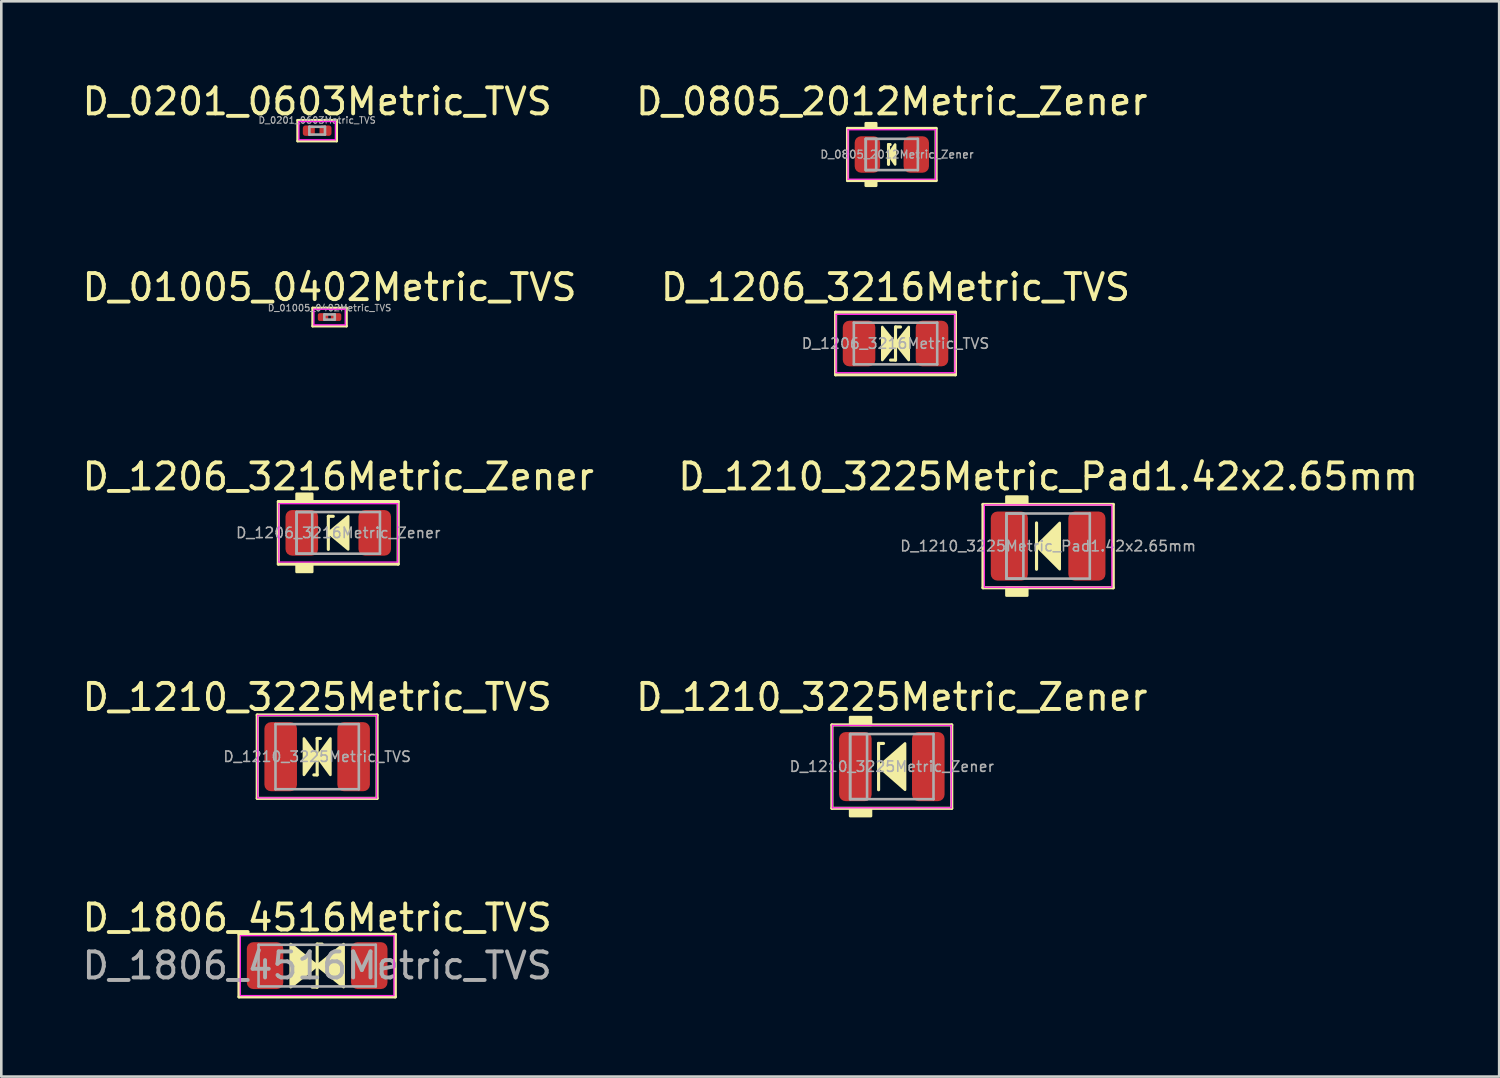
<source format=kicad_pcb>
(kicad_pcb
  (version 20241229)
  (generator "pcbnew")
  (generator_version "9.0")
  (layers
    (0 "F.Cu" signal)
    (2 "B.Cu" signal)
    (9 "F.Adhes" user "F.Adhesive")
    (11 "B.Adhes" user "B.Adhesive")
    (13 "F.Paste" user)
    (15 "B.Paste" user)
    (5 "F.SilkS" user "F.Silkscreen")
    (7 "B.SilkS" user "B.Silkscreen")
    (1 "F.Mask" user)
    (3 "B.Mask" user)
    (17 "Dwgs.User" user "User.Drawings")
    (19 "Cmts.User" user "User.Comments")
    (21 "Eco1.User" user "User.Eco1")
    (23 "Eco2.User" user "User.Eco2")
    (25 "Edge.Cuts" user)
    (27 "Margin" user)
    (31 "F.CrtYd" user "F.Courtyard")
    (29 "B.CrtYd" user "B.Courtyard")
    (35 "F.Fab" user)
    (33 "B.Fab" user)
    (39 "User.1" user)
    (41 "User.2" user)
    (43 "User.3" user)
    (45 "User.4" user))
  (footprint "D_0805_2012Metric_Zener"
    (layer "F.Cu")
    (at 31.185 2.88)
    (property "Reference" "D_0805_2012Metric_Zener" (at 0 -2.032 0) (layer "F.SilkS") (effects (font (size 1 1) (thickness 0.15))))
    (attr smd)
    (fp_line (start -1.7 -1) (end 1.7 -1) (stroke (width 0.12) (type solid)) (layer "F.SilkS"))
    (fp_line (start -1.7 -0.127) (end -1.7 -1) (stroke (width 0.12) (type solid)) (layer "F.SilkS"))
    (fp_line (start -1.7 1) (end -1.7 -0.127) (stroke (width 0.12) (type solid)) (layer "F.SilkS"))
    (fp_line (start -0.127 -0.381) (end -0.127 0.381) (stroke (width 0.12) (type solid)) (layer "F.SilkS"))
    (fp_line (start -0.127 -0.381) (end -0.064 -0.381) (stroke (width 0.12) (type solid)) (layer "F.SilkS"))
    (fp_line (start 1.7 -1) (end 1.7 1) (stroke (width 0.12) (type solid)) (layer "F.SilkS"))
    (fp_line (start 1.7 1) (end -1.7 1) (stroke (width 0.12) (type solid)) (layer "F.SilkS"))
    (fp_poly (pts (xy 0.127 0.381) (xy -0.127 0) (xy 0.127 -0.381)) (stroke (width 0.1) (type solid)) (fill yes) (layer "F.SilkS"))
    (fp_poly (pts (xy -0.6 -1) (xy -1 -1) (xy -1 -1.2) (xy -0.6 -1.2)) (stroke (width 0.1) (type solid)) (fill yes) (layer "F.SilkS"))
    (fp_poly (pts (xy -0.6 1.2) (xy -1 1.2) (xy -1 1) (xy -0.6 1)) (stroke (width 0.1) (type solid)) (fill yes) (layer "F.SilkS"))
    (fp_line (start -1.68 -0.95) (end 1.68 -0.95) (stroke (width 0.05) (type solid)) (layer "F.CrtYd"))
    (fp_line (start -1.68 0.95) (end -1.68 -0.95) (stroke (width 0.05) (type solid)) (layer "F.CrtYd"))
    (fp_line (start 1.68 -0.95) (end 1.68 0.95) (stroke (width 0.05) (type solid)) (layer "F.CrtYd"))
    (fp_line (start 1.68 0.95) (end -1.68 0.95) (stroke (width 0.05) (type solid)) (layer "F.CrtYd"))
    (fp_line (start -1 -0.6) (end -1 0.6) (stroke (width 0.1) (type solid)) (layer "F.Fab"))
    (fp_line (start -1 0.6) (end 1 0.6) (stroke (width 0.1) (type solid)) (layer "F.Fab"))
    (fp_line (start 1 -0.6) (end -1 -0.6) (stroke (width 0.1) (type solid)) (layer "F.Fab"))
    (fp_line (start 1 0.6) (end 1 -0.6) (stroke (width 0.1) (type solid)) (layer "F.Fab"))
    (fp_rect (start -1 -0.6) (end -0.6 0.6) (stroke (width 0.1) (type solid)) (fill no) (layer "F.Fab"))
    (fp_text user "${REFERENCE}" (at 0.2 0 0) (layer "F.Fab") (effects (font (size 0.3 0.3) (thickness 0.05))))
    (pad "1" smd roundrect (at -0.938 0) (size 0.975 1.4) (layers "F.Cu" "F.Mask" "F.Paste") (roundrect_rratio 0.25))
    (pad "2" smd roundrect (at 0.938 0) (size 0.975 1.4) (layers "F.Cu" "F.Mask" "F.Paste") (roundrect_rratio 0.25)))
  (footprint "D_0201_0603Metric_TVS"
    (layer "F.Cu")
    (at 9.125 1.966)
    (property "Reference" "D_0201_0603Metric_TVS" (at 0 -1.118 0) (layer "F.SilkS") (effects (font (size 1 1) (thickness 0.15))))
    (attr smd)
    (fp_line (start -0.75 -0.4) (end 0.75 -0.4) (stroke (width 0.1) (type solid)) (layer "F.SilkS"))
    (fp_line (start -0.75 0.4) (end -0.75 -0.4) (stroke (width 0.1) (type solid)) (layer "F.SilkS"))
    (fp_line (start 0.75 -0.4) (end 0.75 0.4) (stroke (width 0.1) (type solid)) (layer "F.SilkS"))
    (fp_line (start 0.75 0.4) (end -0.75 0.4) (stroke (width 0.1) (type solid)) (layer "F.SilkS"))
    (fp_line (start -0.7 -0.35) (end 0.7 -0.35) (stroke (width 0.05) (type solid)) (layer "F.CrtYd"))
    (fp_line (start -0.7 0.35) (end -0.7 -0.35) (stroke (width 0.05) (type solid)) (layer "F.CrtYd"))
    (fp_line (start 0.7 -0.35) (end 0.7 0.35) (stroke (width 0.05) (type solid)) (layer "F.CrtYd"))
    (fp_line (start 0.7 0.35) (end -0.7 0.35) (stroke (width 0.05) (type solid)) (layer "F.CrtYd"))
    (fp_line (start -0.3 -0.15) (end 0.3 -0.15) (stroke (width 0.1) (type solid)) (layer "F.Fab"))
    (fp_line (start -0.3 0.15) (end -0.3 -0.15) (stroke (width 0.1) (type solid)) (layer "F.Fab"))
    (fp_line (start 0.3 -0.15) (end 0.3 0.15) (stroke (width 0.1) (type solid)) (layer "F.Fab"))
    (fp_line (start 0.3 0.15) (end -0.3 0.15) (stroke (width 0.1) (type solid)) (layer "F.Fab"))
    (fp_text user "${REFERENCE}" (at 0 -0.4 0) (layer "F.Fab") (effects (font (size 0.25 0.25) (thickness 0.04))))
    (pad "" smd roundrect (at -0.345 0) (size 0.318 0.36) (layers "F.Paste") (roundrect_rratio 0.25))
    (pad "" smd roundrect (at 0.345 0) (size 0.318 0.36) (layers "F.Paste") (roundrect_rratio 0.25))
    (pad "1" smd roundrect (at -0.32 0) (size 0.46 0.4) (layers "F.Cu" "F.Mask") (roundrect_rratio 0.25))
    (pad "2" smd roundrect (at 0.32 0) (size 0.46 0.4) (layers "F.Cu" "F.Mask") (roundrect_rratio 0.25)))
  (footprint "D_1210_3225Metric_Zener"
    (layer "F.Cu")
    (at 31.185 26.378)
    (property "Reference" "D_1210_3225Metric_Zener" (at 0 -2.667 0) (layer "F.SilkS") (effects (font (size 1 1) (thickness 0.15))))
    (attr smd)
    (fp_line (start -2.3 -1.6) (end -2.3 1.6) (stroke (width 0.12) (type solid)) (layer "F.SilkS"))
    (fp_line (start -2.3 1.6) (end 2.3 1.6) (stroke (width 0.12) (type solid)) (layer "F.SilkS"))
    (fp_line (start -0.508 -0.889) (end -0.508 0.889) (stroke (width 0.12) (type solid)) (layer "F.SilkS"))
    (fp_line (start -0.508 -0.889) (end -0.318 -0.889) (stroke (width 0.12) (type solid)) (layer "F.SilkS"))
    (fp_line (start 2.3 -1.6) (end -2.3 -1.6) (stroke (width 0.12) (type solid)) (layer "F.SilkS"))
    (fp_line (start 2.3 1.6) (end 2.3 -1.6) (stroke (width 0.12) (type solid)) (layer "F.SilkS"))
    (fp_poly (pts (xy 0.508 0.889) (xy -0.508 0) (xy 0.508 -0.889)) (stroke (width 0.1) (type solid)) (fill yes) (layer "F.SilkS"))
    (fp_poly (pts (xy -0.8 -1.6) (xy -1.6 -1.6) (xy -1.6 -1.9) (xy -0.8 -1.9)) (stroke (width 0.1) (type solid)) (fill yes) (layer "F.SilkS"))
    (fp_poly (pts (xy -0.8 1.9) (xy -1.6 1.9) (xy -1.6 1.6) (xy -0.8 1.6)) (stroke (width 0.1) (type solid)) (fill yes) (layer "F.SilkS"))
    (fp_line (start -2.28 -1.58) (end 2.28 -1.58) (stroke (width 0.05) (type solid)) (layer "F.CrtYd"))
    (fp_line (start -2.28 1.58) (end -2.28 -1.58) (stroke (width 0.05) (type solid)) (layer "F.CrtYd"))
    (fp_line (start 2.28 -1.58) (end 2.28 1.58) (stroke (width 0.05) (type solid)) (layer "F.CrtYd"))
    (fp_line (start 2.28 1.58) (end -2.28 1.58) (stroke (width 0.05) (type solid)) (layer "F.CrtYd"))
    (fp_line (start -1.6 -1.25) (end -1.6 1.25) (stroke (width 0.1) (type solid)) (layer "F.Fab"))
    (fp_line (start -1.6 1.25) (end 1.6 1.25) (stroke (width 0.1) (type solid)) (layer "F.Fab"))
    (fp_line (start 1.6 -1.25) (end -1.6 -1.25) (stroke (width 0.1) (type solid)) (layer "F.Fab"))
    (fp_line (start 1.6 1.25) (end 1.6 -1.25) (stroke (width 0.1) (type solid)) (layer "F.Fab"))
    (fp_rect (start -1.6 -1.25) (end -0.95 1.25) (stroke (width 0.1) (type solid)) (fill no) (layer "F.Fab"))
    (fp_text user "${REFERENCE}" (at 0 0 0) (layer "F.Fab") (effects (font (size 0.4 0.4) (thickness 0.06))))
    (pad "1" smd roundrect (at -1.4 0) (size 1.25 2.65) (layers "F.Cu" "F.Mask" "F.Paste") (roundrect_rratio 0.2))
    (pad "2" smd roundrect (at 1.4 0) (size 1.25 2.65) (layers "F.Cu" "F.Mask" "F.Paste") (roundrect_rratio 0.2)))
  (footprint "D_1806_4516Metric_TVS"
    (layer "F.Cu")
    (at 9.125 34.018)
    (property "Reference" "D_1806_4516Metric_TVS" (at 0 -1.841 0) (layer "F.SilkS") (effects (font (size 1 1) (thickness 0.15))))
    (attr smd)
    (fp_line (start -3 -1.2) (end -3 1.2) (stroke (width 0.12) (type solid)) (layer "F.SilkS"))
    (fp_line (start -3 1.2) (end 3 1.2) (stroke (width 0.12) (type solid)) (layer "F.SilkS"))
    (fp_line (start -0.191 0.826) (end 0 0.826) (stroke (width 0.12) (type solid)) (layer "F.SilkS"))
    (fp_line (start 0 -0.826) (end 0 0.826) (stroke (width 0.12) (type solid)) (layer "F.SilkS"))
    (fp_line (start 0 -0.826) (end 0.191 -0.826) (stroke (width 0.12) (type solid)) (layer "F.SilkS"))
    (fp_line (start 3 -1.2) (end -3 -1.2) (stroke (width 0.12) (type solid)) (layer "F.SilkS"))
    (fp_line (start 3 1.2) (end 3 -1.2) (stroke (width 0.12) (type solid)) (layer "F.SilkS"))
    (fp_poly (pts (xy -1.016 -0.826) (xy 0 0) (xy -1.016 0.826)) (stroke (width 0.1) (type solid)) (fill yes) (layer "F.SilkS"))
    (fp_poly (pts (xy 1.016 0.826) (xy 0 0) (xy 1.016 -0.826)) (stroke (width 0.1) (type solid)) (fill yes) (layer "F.SilkS"))
    (fp_rect (start -2.95 -1.15) (end 2.95 1.15) (stroke (width 0.05) (type solid)) (fill no) (layer "F.CrtYd"))
    (fp_line (start -2.25 -0.8) (end -2.25 0.8) (stroke (width 0.1) (type solid)) (layer "F.Fab"))
    (fp_line (start -2.25 0.8) (end 2.25 0.8) (stroke (width 0.1) (type solid)) (layer "F.Fab"))
    (fp_line (start 2.25 -0.8) (end -2.25 -0.8) (stroke (width 0.1) (type solid)) (layer "F.Fab"))
    (fp_line (start 2.25 0.8) (end 2.25 -0.8) (stroke (width 0.1) (type solid)) (layer "F.Fab"))
    (fp_text user "${REFERENCE}" (at 0 0 0) (layer "F.Fab") (effects (font (size 1 1) (thickness 0.15))))
    (pad "1" smd roundrect (at -2 0) (size 1.4 1.8) (layers "F.Cu" "F.Mask" "F.Paste") (roundrect_rratio 0.179))
    (pad "2" smd roundrect (at 2 0) (size 1.4 1.8) (layers "F.Cu" "F.Mask" "F.Paste") (roundrect_rratio 0.179)))
  (footprint "D_01005_0402Metric_TVS"
    (layer "F.Cu")
    (at 9.601 9.121)
    (property "Reference" "D_01005_0402Metric_TVS" (at 0 -1.143 0) (layer "F.SilkS") (effects (font (size 1 1) (thickness 0.15))))
    (attr smd)
    (fp_line (start -0.65 -0.35) (end 0.65 -0.35) (stroke (width 0.1) (type solid)) (layer "F.SilkS"))
    (fp_line (start -0.65 0.35) (end -0.65 -0.35) (stroke (width 0.1) (type solid)) (layer "F.SilkS"))
    (fp_line (start 0.65 -0.35) (end 0.65 0.35) (stroke (width 0.1) (type solid)) (layer "F.SilkS"))
    (fp_line (start 0.65 0.35) (end -0.65 0.35) (stroke (width 0.1) (type solid)) (layer "F.SilkS"))
    (fp_line (start -0.6 -0.3) (end 0.6 -0.3) (stroke (width 0.05) (type solid)) (layer "F.CrtYd"))
    (fp_line (start -0.6 0.3) (end -0.6 -0.3) (stroke (width 0.05) (type solid)) (layer "F.CrtYd"))
    (fp_line (start 0.6 -0.3) (end 0.6 0.3) (stroke (width 0.05) (type solid)) (layer "F.CrtYd"))
    (fp_line (start 0.6 0.3) (end -0.6 0.3) (stroke (width 0.05) (type solid)) (layer "F.CrtYd"))
    (fp_line (start -0.2 -0.1) (end 0.2 -0.1) (stroke (width 0.1) (type solid)) (layer "F.Fab"))
    (fp_line (start -0.2 0.1) (end -0.2 -0.1) (stroke (width 0.1) (type solid)) (layer "F.Fab"))
    (fp_line (start 0.2 -0.1) (end 0.2 0.1) (stroke (width 0.1) (type solid)) (layer "F.Fab"))
    (fp_line (start 0.2 0.1) (end -0.2 0.1) (stroke (width 0.1) (type solid)) (layer "F.Fab"))
    (fp_text user "${REFERENCE}" (at 0 -0.35 0) (layer "F.Fab") (effects (font (size 0.25 0.25) (thickness 0.04))))
    (pad "" smd roundrect (at -0.275 0) (size 0.27 0.27) (layers "F.Paste") (roundrect_rratio 0.25))
    (pad "" smd roundrect (at 0.275 0) (size 0.27 0.27) (layers "F.Paste") (roundrect_rratio 0.25))
    (pad "1" smd roundrect (at -0.25 0) (size 0.4 0.3) (layers "F.Cu" "F.Mask") (roundrect_rratio 0.25))
    (pad "2" smd roundrect (at 0.25 0) (size 0.4 0.3) (layers "F.Cu" "F.Mask") (roundrect_rratio 0.25)))
  (footprint "D_1210_3225Metric_TVS"
    (layer "F.Cu")
    (at 9.125 25.997)
    (property "Reference" "D_1210_3225Metric_TVS" (at 0 -2.286 0) (layer "F.SilkS") (effects (font (size 1 1) (thickness 0.15))))
    (attr smd)
    (fp_line (start -2.3 -1.6) (end -2.3 1.6) (stroke (width 0.12) (type solid)) (layer "F.SilkS"))
    (fp_line (start -2.3 1.6) (end 2.3 1.6) (stroke (width 0.12) (type solid)) (layer "F.SilkS"))
    (fp_line (start -0.127 0.699) (end 0 0.699) (stroke (width 0.12) (type solid)) (layer "F.SilkS"))
    (fp_line (start 0 -0.699) (end 0 0.699) (stroke (width 0.12) (type solid)) (layer "F.SilkS"))
    (fp_line (start 0 -0.699) (end 0.127 -0.699) (stroke (width 0.12) (type solid)) (layer "F.SilkS"))
    (fp_line (start 2.3 -1.6) (end -2.3 -1.6) (stroke (width 0.12) (type solid)) (layer "F.SilkS"))
    (fp_line (start 2.3 1.6) (end 2.3 -1.6) (stroke (width 0.12) (type solid)) (layer "F.SilkS"))
    (fp_poly (pts (xy 0 0) (xy -0.508 0.699) (xy -0.508 -0.699)) (stroke (width 0.1) (type solid)) (fill yes) (layer "F.SilkS"))
    (fp_poly (pts (xy 0 0) (xy 0.508 -0.699) (xy 0.508 0.699)) (stroke (width 0.1) (type solid)) (fill yes) (layer "F.SilkS"))
    (fp_line (start -2.28 -1.58) (end 2.28 -1.58) (stroke (width 0.05) (type solid)) (layer "F.CrtYd"))
    (fp_line (start -2.28 1.58) (end -2.28 -1.58) (stroke (width 0.05) (type solid)) (layer "F.CrtYd"))
    (fp_line (start 2.28 -1.58) (end 2.28 1.58) (stroke (width 0.05) (type solid)) (layer "F.CrtYd"))
    (fp_line (start 2.28 1.58) (end -2.28 1.58) (stroke (width 0.05) (type solid)) (layer "F.CrtYd"))
    (fp_line (start -1.6 -1.25) (end -1.6 1.25) (stroke (width 0.1) (type solid)) (layer "F.Fab"))
    (fp_line (start -1.6 1.25) (end 1.6 1.25) (stroke (width 0.1) (type solid)) (layer "F.Fab"))
    (fp_line (start 1.6 -1.25) (end -1.6 -1.25) (stroke (width 0.1) (type solid)) (layer "F.Fab"))
    (fp_line (start 1.6 1.25) (end 1.6 -1.25) (stroke (width 0.1) (type solid)) (layer "F.Fab"))
    (fp_text user "${REFERENCE}" (at 0 0 0) (layer "F.Fab") (effects (font (size 0.4 0.4) (thickness 0.06))))
    (pad "1" smd roundrect (at -1.4 0) (size 1.25 2.65) (layers "F.Cu" "F.Mask" "F.Paste") (roundrect_rratio 0.2))
    (pad "2" smd roundrect (at 1.4 0) (size 1.25 2.65) (layers "F.Cu" "F.Mask" "F.Paste") (roundrect_rratio 0.2)))
  (footprint "D_1206_3216Metric_TVS"
    (layer "F.Cu")
    (at 31.327 10.137)
    (property "Reference" "D_1206_3216Metric_TVS" (at 0 -2.159 0) (layer "F.SilkS") (effects (font (size 1 1) (thickness 0.15))))
    (attr smd)
    (fp_line (start -2.3 -1.2) (end -2.3 1.2) (stroke (width 0.12) (type solid)) (layer "F.SilkS"))
    (fp_line (start -2.3 1.2) (end 2.3 1.2) (stroke (width 0.12) (type solid)) (layer "F.SilkS"))
    (fp_line (start -0.191 0.635) (end 0 0.635) (stroke (width 0.12) (type solid)) (layer "F.SilkS"))
    (fp_line (start 0 -0.635) (end 0 0.635) (stroke (width 0.12) (type solid)) (layer "F.SilkS"))
    (fp_line (start 0 -0.635) (end 0.191 -0.635) (stroke (width 0.12) (type solid)) (layer "F.SilkS"))
    (fp_line (start 2.3 -1.2) (end -2.3 -1.2) (stroke (width 0.12) (type solid)) (layer "F.SilkS"))
    (fp_line (start 2.3 1.2) (end 2.3 -1.2) (stroke (width 0.12) (type solid)) (layer "F.SilkS"))
    (fp_poly (pts (xy 0 0) (xy -0.508 0.635) (xy -0.508 -0.635)) (stroke (width 0.1) (type solid)) (fill yes) (layer "F.SilkS"))
    (fp_poly (pts (xy 0 0) (xy 0.508 -0.635) (xy 0.508 0.635)) (stroke (width 0.1) (type solid)) (fill yes) (layer "F.SilkS"))
    (fp_line (start -2.28 -1.12) (end 2.28 -1.12) (stroke (width 0.05) (type solid)) (layer "F.CrtYd"))
    (fp_line (start -2.28 1.12) (end -2.28 -1.12) (stroke (width 0.05) (type solid)) (layer "F.CrtYd"))
    (fp_line (start 2.28 -1.12) (end 2.28 1.12) (stroke (width 0.05) (type solid)) (layer "F.CrtYd"))
    (fp_line (start 2.28 1.12) (end -2.28 1.12) (stroke (width 0.05) (type solid)) (layer "F.CrtYd"))
    (fp_line (start -1.6 -0.8) (end -1.6 0.8) (stroke (width 0.1) (type solid)) (layer "F.Fab"))
    (fp_line (start -1.6 0.8) (end 1.6 0.8) (stroke (width 0.1) (type solid)) (layer "F.Fab"))
    (fp_line (start 1.6 -0.8) (end -1.6 -0.8) (stroke (width 0.1) (type solid)) (layer "F.Fab"))
    (fp_line (start 1.6 0.8) (end 1.6 -0.8) (stroke (width 0.1) (type solid)) (layer "F.Fab"))
    (fp_text user "${REFERENCE}" (at 0 0 0) (layer "F.Fab") (effects (font (size 0.4 0.4) (thickness 0.06))))
    (pad "1" smd roundrect (at -1.4 0) (size 1.25 1.75) (layers "F.Cu" "F.Mask" "F.Paste") (roundrect_rratio 0.2))
    (pad "2" smd roundrect (at 1.4 0) (size 1.25 1.75) (layers "F.Cu" "F.Mask" "F.Paste") (roundrect_rratio 0.2)))
  (footprint "D_1206_3216Metric_Zener"
    (layer "F.Cu")
    (at 9.935 17.405)
    (property "Reference" "D_1206_3216Metric_Zener" (at 0 -2.159 0) (layer "F.SilkS") (effects (font (size 1 1) (thickness 0.15))))
    (attr smd)
    (fp_line (start -2.3 -1.2) (end -2.3 1.2) (stroke (width 0.12) (type solid)) (layer "F.SilkS"))
    (fp_line (start -2.3 1.2) (end 2.3 1.2) (stroke (width 0.12) (type solid)) (layer "F.SilkS"))
    (fp_line (start -0.381 -0.635) (end -0.381 0.635) (stroke (width 0.12) (type solid)) (layer "F.SilkS"))
    (fp_line (start -0.381 -0.635) (end -0.191 -0.635) (stroke (width 0.12) (type solid)) (layer "F.SilkS"))
    (fp_line (start 2.3 -1.2) (end -2.3 -1.2) (stroke (width 0.12) (type solid)) (layer "F.SilkS"))
    (fp_line (start 2.3 1.2) (end 2.3 -1.2) (stroke (width 0.12) (type solid)) (layer "F.SilkS"))
    (fp_poly (pts (xy 0.381 0.635) (xy -0.381 0) (xy 0.381 -0.635)) (stroke (width 0.1) (type solid)) (fill yes) (layer "F.SilkS"))
    (fp_poly (pts (xy -1 -1.2) (xy -1.6 -1.2) (xy -1.6 -1.5) (xy -1 -1.5)) (stroke (width 0.1) (type solid)) (fill yes) (layer "F.SilkS"))
    (fp_poly (pts (xy -1 1.5) (xy -1.6 1.5) (xy -1.6 1.2) (xy -1 1.2)) (stroke (width 0.1) (type solid)) (fill yes) (layer "F.SilkS"))
    (fp_line (start -2.28 -1.12) (end 2.28 -1.12) (stroke (width 0.05) (type solid)) (layer "F.CrtYd"))
    (fp_line (start -2.28 1.12) (end -2.28 -1.12) (stroke (width 0.05) (type solid)) (layer "F.CrtYd"))
    (fp_line (start 2.28 -1.12) (end 2.28 1.12) (stroke (width 0.05) (type solid)) (layer "F.CrtYd"))
    (fp_line (start 2.28 1.12) (end -2.28 1.12) (stroke (width 0.05) (type solid)) (layer "F.CrtYd"))
    (fp_line (start -1.6 -0.8) (end -1.6 0.8) (stroke (width 0.1) (type solid)) (layer "F.Fab"))
    (fp_line (start -1.6 0.8) (end 1.6 0.8) (stroke (width 0.1) (type solid)) (layer "F.Fab"))
    (fp_line (start 1.6 -0.8) (end -1.6 -0.8) (stroke (width 0.1) (type solid)) (layer "F.Fab"))
    (fp_line (start 1.6 0.8) (end 1.6 -0.8) (stroke (width 0.1) (type solid)) (layer "F.Fab"))
    (fp_rect (start -1.6 -0.8) (end -1 0.8) (stroke (width 0.1) (type solid)) (fill no) (layer "F.Fab"))
    (fp_text user "${REFERENCE}" (at 0 0 0) (layer "F.Fab") (effects (font (size 0.4 0.4) (thickness 0.06))))
    (pad "1" smd roundrect (at -1.4 0) (size 1.25 1.75) (layers "F.Cu" "F.Mask" "F.Paste") (roundrect_rratio 0.2))
    (pad "2" smd roundrect (at 1.4 0) (size 1.25 1.75) (layers "F.Cu" "F.Mask" "F.Paste") (roundrect_rratio 0.2)))
  (footprint "D_1210_3225Metric_Pad1.42x2.65mm"
    (layer "F.Cu")
    (at 37.185 17.913)
    (property "Reference" "D_1210_3225Metric_Pad1.42x2.65mm" (at 0 -2.667 0) (layer "F.SilkS") (effects (font (size 1 1) (thickness 0.15))))
    (attr smd)
    (fp_line (start -2.5 -1.6) (end -2.5 1.6) (stroke (width 0.12) (type solid)) (layer "F.SilkS"))
    (fp_line (start -2.5 1.6) (end 2.5 1.6) (stroke (width 0.12) (type solid)) (layer "F.SilkS"))
    (fp_line (start -0.445 -0.889) (end -0.445 0.889) (stroke (width 0.12) (type solid)) (layer "F.SilkS"))
    (fp_line (start 2.5 -1.6) (end -2.5 -1.6) (stroke (width 0.12) (type solid)) (layer "F.SilkS"))
    (fp_line (start 2.5 1.6) (end 2.5 -1.6) (stroke (width 0.12) (type solid)) (layer "F.SilkS"))
    (fp_poly (pts (xy 0.445 0.889) (xy -0.445 0) (xy 0.445 -0.889)) (stroke (width 0.1) (type solid)) (fill yes) (layer "F.SilkS"))
    (fp_poly (pts (xy -0.8 -1.6) (xy -1.6 -1.6) (xy -1.6 -1.9) (xy -0.8 -1.9)) (stroke (width 0.1) (type solid)) (fill yes) (layer "F.SilkS"))
    (fp_poly (pts (xy -0.8 1.9) (xy -1.6 1.9) (xy -1.6 1.6) (xy -0.8 1.6)) (stroke (width 0.1) (type solid)) (fill yes) (layer "F.SilkS"))
    (fp_rect (start -2.45 -1.58) (end 2.45 1.58) (stroke (width 0.05) (type solid)) (fill no) (layer "F.CrtYd"))
    (fp_line (start -1.6 -1.25) (end -1.6 1.25) (stroke (width 0.1) (type solid)) (layer "F.Fab"))
    (fp_line (start -1.6 1.25) (end 1.6 1.25) (stroke (width 0.1) (type solid)) (layer "F.Fab"))
    (fp_line (start 1.6 -1.25) (end -1.6 -1.25) (stroke (width 0.1) (type solid)) (layer "F.Fab"))
    (fp_line (start 1.6 1.25) (end 1.6 -1.25) (stroke (width 0.1) (type solid)) (layer "F.Fab"))
    (fp_rect (start -1.6 -1.25) (end -0.95 1.25) (stroke (width 0.1) (type solid)) (fill no) (layer "F.Fab"))
    (fp_text user "${REFERENCE}" (at 0 0 0) (layer "F.Fab") (effects (font (size 0.4 0.4) (thickness 0.06))))
    (pad "1" smd roundrect (at -1.488 0) (size 1.425 2.65) (layers "F.Cu" "F.Mask" "F.Paste") (roundrect_rratio 0.175))
    (pad "2" smd roundrect (at 1.488 0) (size 1.425 2.65) (layers "F.Cu" "F.Mask" "F.Paste") (roundrect_rratio 0.175)))
  (gr_rect
    (start -3 -3)
    (end 54.5 38.278)
    (stroke (width 0.1) (type default))
    (fill no)
    (layer "Edge.Cuts")))
</source>
